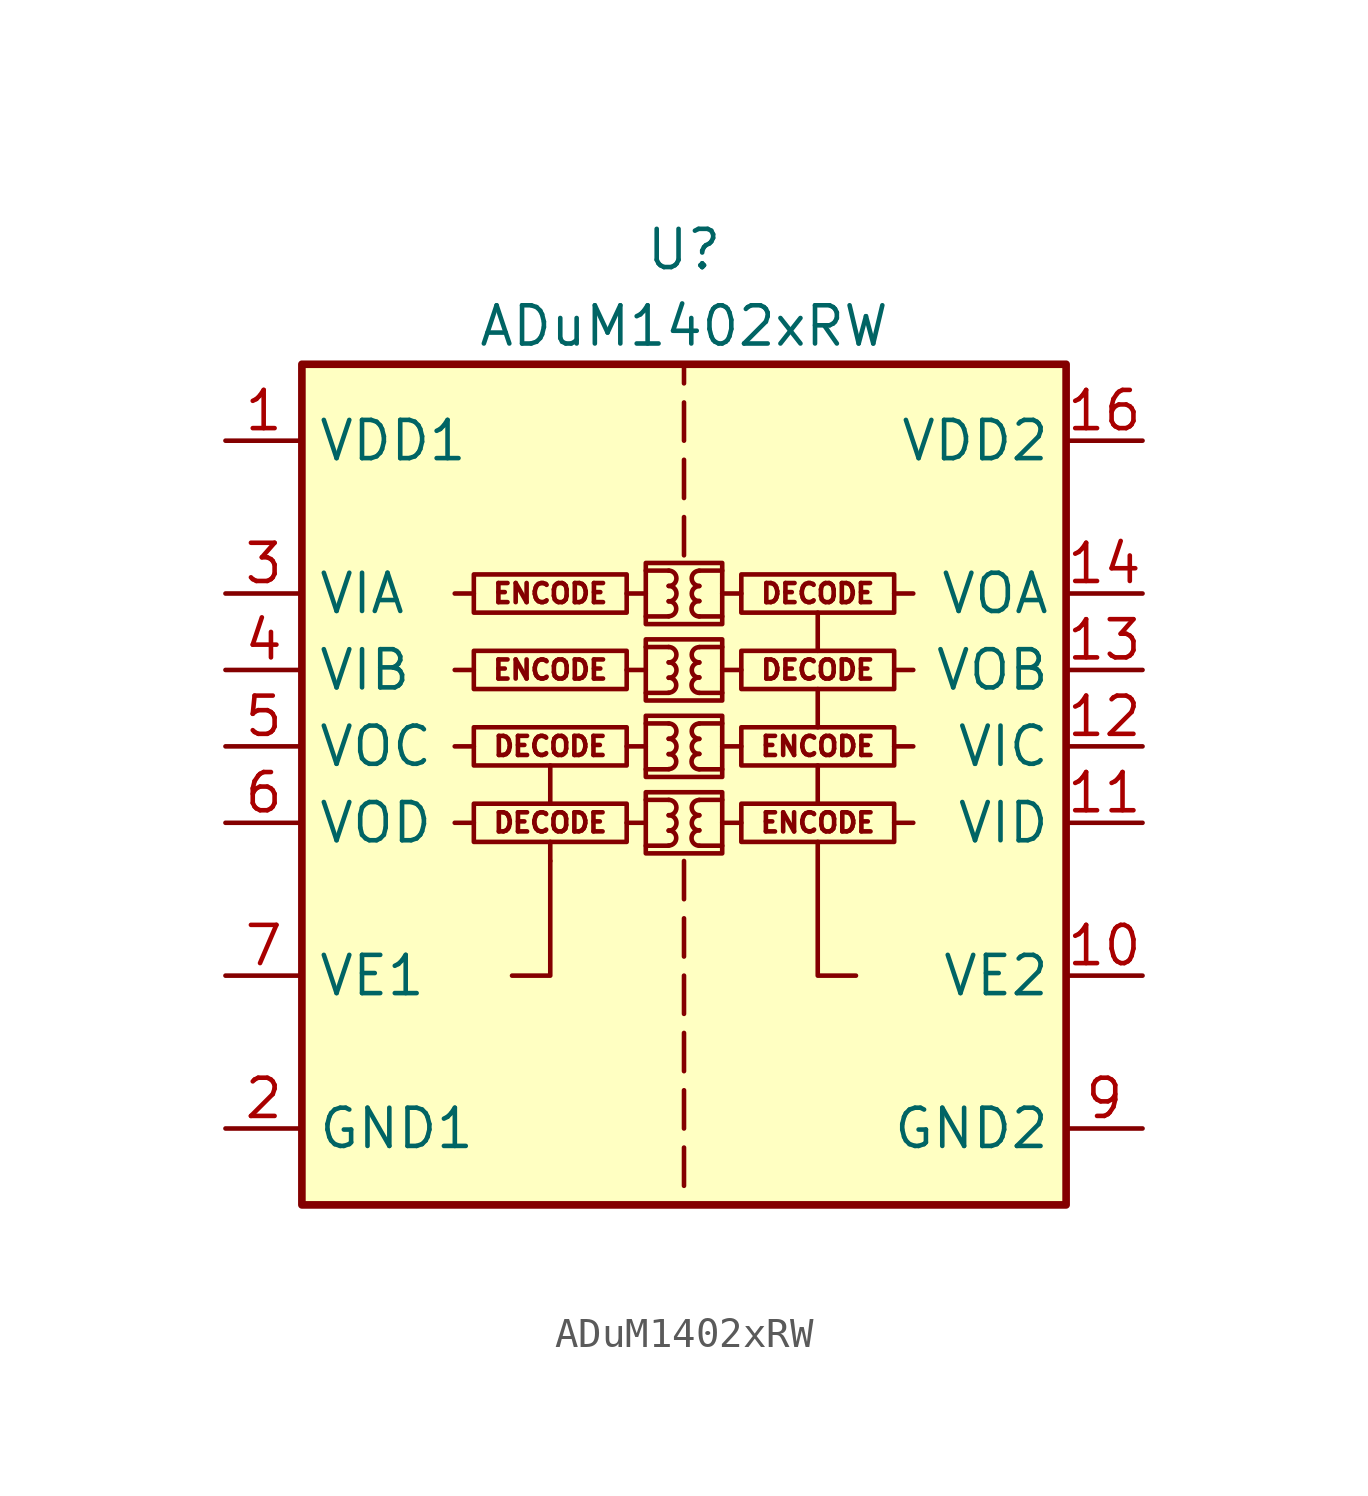
<source format=kicad_sym>
(kicad_symbol_lib
  (version 20201005)
  (generator kicad_symbol_editor)
  (symbol "Isolator_Digital:ADuM1402xRW"
    (property "Reference" "U"
      (at 0 19.05 0)
      (effects (font (size 1.27 1.27))))
    (property "Value" "ADuM1402xRW"
      (at 0 16.51 0)
      (effects (font (size 1.27 1.27))))
    (symbol "ADuM1402xRW_0_0"
      (arc (start -0.508 -0.762) (end -0.508 -0.254) (radius (at -0.508 -0.508) (length 0.254) (angles -89.9 89.9)) (stroke (width 0)) (fill (type none)))
      (arc (start -0.508 -0.254) (end -0.508 0.254) (radius (at -0.508 0) (length 0.254) (angles -89.9 89.9)) (stroke (width 0)) (fill (type none)))
      (arc (start -0.508 0.254) (end -0.508 0.762) (radius (at -0.508 0.508) (length 0.254) (angles -89.9 89.9)) (stroke (width 0)) (fill (type none)))
      (arc (start -0.508 1.778) (end -0.508 2.286) (radius (at -0.508 2.032) (length 0.254) (angles -89.9 89.9)) (stroke (width 0)) (fill (type none)))
      (arc (start -0.508 2.286) (end -0.508 2.794) (radius (at -0.508 2.54) (length 0.254) (angles -89.9 89.9)) (stroke (width 0)) (fill (type none)))
      (arc (start -0.508 2.794) (end -0.508 3.302) (radius (at -0.508 3.048) (length 0.254) (angles -89.9 89.9)) (stroke (width 0)) (fill (type none)))
      (arc (start -0.508 4.318) (end -0.508 4.826) (radius (at -0.508 4.572) (length 0.254) (angles -89.9 89.9)) (stroke (width 0)) (fill (type none)))
      (arc (start -0.508 4.826) (end -0.508 5.334) (radius (at -0.508 5.08) (length 0.254) (angles -89.9 89.9)) (stroke (width 0)) (fill (type none)))
      (arc (start -0.508 5.334) (end -0.508 5.842) (radius (at -0.508 5.588) (length 0.254) (angles -89.9 89.9)) (stroke (width 0)) (fill (type none)))
      (arc (start -0.508 6.858) (end -0.508 7.366) (radius (at -0.508 7.112) (length 0.254) (angles -89.9 89.9)) (stroke (width 0)) (fill (type none)))
      (arc (start -0.508 7.366) (end -0.508 7.874) (radius (at -0.508 7.62) (length 0.254) (angles -89.9 89.9)) (stroke (width 0)) (fill (type none)))
      (arc (start -0.508 7.874) (end -0.508 8.382) (radius (at -0.508 8.128) (length 0.254) (angles -89.9 89.9)) (stroke (width 0)) (fill (type none)))
      (arc (start 0.508 -0.254) (end 0.508 -0.762) (radius (at 0.508 -0.508) (length 0.254) (angles 90.1 -90.1)) (stroke (width 0)) (fill (type none)))
      (arc (start 0.508 0.254) (end 0.508 -0.254) (radius (at 0.508 0) (length 0.254) (angles 90.1 -90.1)) (stroke (width 0)) (fill (type none)))
      (arc (start 0.508 0.762) (end 0.508 0.254) (radius (at 0.508 0.508) (length 0.254) (angles 90.1 -90.1)) (stroke (width 0)) (fill (type none)))
      (arc (start 0.508 2.286) (end 0.508 1.778) (radius (at 0.508 2.032) (length 0.254) (angles 90.1 -90.1)) (stroke (width 0)) (fill (type none)))
      (arc (start 0.508 2.794) (end 0.508 2.286) (radius (at 0.508 2.54) (length 0.254) (angles 90.1 -90.1)) (stroke (width 0)) (fill (type none)))
      (arc (start 0.508 3.302) (end 0.508 2.794) (radius (at 0.508 3.048) (length 0.254) (angles 90.1 -90.1)) (stroke (width 0)) (fill (type none)))
      (arc (start 0.508 4.826) (end 0.508 4.318) (radius (at 0.508 4.572) (length 0.254) (angles 90.1 -90.1)) (stroke (width 0)) (fill (type none)))
      (arc (start 0.508 5.334) (end 0.508 4.826) (radius (at 0.508 5.08) (length 0.254) (angles 90.1 -90.1)) (stroke (width 0)) (fill (type none)))
      (arc (start 0.508 5.842) (end 0.508 5.334) (radius (at 0.508 5.588) (length 0.254) (angles 90.1 -90.1)) (stroke (width 0)) (fill (type none)))
      (arc (start 0.508 7.366) (end 0.508 6.858) (radius (at 0.508 7.112) (length 0.254) (angles 90.1 -90.1)) (stroke (width 0)) (fill (type none)))
      (arc (start 0.508 7.874) (end 0.508 7.366) (radius (at 0.508 7.62) (length 0.254) (angles 90.1 -90.1)) (stroke (width 0)) (fill (type none)))
      (arc (start 0.508 8.382) (end 0.508 7.874) (radius (at 0.508 8.128) (length 0.254) (angles 90.1 -90.1)) (stroke (width 0)) (fill (type none)))
      (text "DECODE" (at -4.445 0 0) (effects (font (size 0.635 0.635))))
      (text "DECODE" (at -4.445 2.54 0) (effects (font (size 0.635 0.635))))
      (text "DECODE" (at 4.445 5.08 0) (effects (font (size 0.635 0.635))))
      (text "DECODE" (at 4.445 7.62 0) (effects (font (size 0.635 0.635))))
      (text "ENCODE" (at -4.445 5.08 0) (effects (font (size 0.635 0.635))))
      (text "ENCODE" (at -4.445 7.62 0) (effects (font (size 0.635 0.635))))
      (text "ENCODE" (at 4.445 0 0) (effects (font (size 0.635 0.635))))
      (text "ENCODE" (at 4.445 2.54 0) (effects (font (size 0.635 0.635))))
      (rectangle (start -1.905 0.635) (end -6.985 -0.635) (stroke (width 0)) (fill (type none)))
      (rectangle (start -1.27 1.016) (end 1.27 -1.016) (stroke (width 0)) (fill (type none)))
      (rectangle (start -1.27 3.556) (end 1.27 1.524) (stroke (width 0)) (fill (type none)))
      (rectangle (start -1.27 6.096) (end 1.27 4.064) (stroke (width 0)) (fill (type none)))
      (rectangle (start -1.27 8.636) (end 1.27 6.604) (stroke (width 0)) (fill (type none)))
      (rectangle (start 1.905 0.635) (end 6.985 -0.635) (stroke (width 0)) (fill (type none)))
      (rectangle (start 1.905 3.175) (end 6.985 1.905) (stroke (width 0)) (fill (type none)))
      (rectangle (start 1.905 5.715) (end 6.985 4.445) (stroke (width 0)) (fill (type none)))
      (rectangle (start 1.905 8.255) (end 6.985 6.985) (stroke (width 0)) (fill (type none)))
      (polyline (pts (xy -6.985 0) (xy -7.62 0)) (stroke (width 0)) (fill (type none)))
      (polyline (pts (xy -6.985 2.54) (xy -7.62 2.54)) (stroke (width 0)) (fill (type none)))
      (polyline (pts (xy -6.985 5.08) (xy -7.62 5.08)) (stroke (width 0)) (fill (type none)))
      (polyline (pts (xy -6.985 7.62) (xy -7.62 7.62)) (stroke (width 0)) (fill (type none)))
      (polyline (pts (xy -4.445 -1.27) (xy -4.445 -0.635)) (stroke (width 0)) (fill (type none)))
      (polyline (pts (xy -4.445 0.635) (xy -4.445 1.905)) (stroke (width 0)) (fill (type none)))
      (polyline (pts (xy -1.905 0) (xy -1.27 0)) (stroke (width 0)) (fill (type none)))
      (polyline (pts (xy -1.905 2.54) (xy -1.27 2.54)) (stroke (width 0)) (fill (type none)))
      (polyline (pts (xy -1.905 5.08) (xy -1.27 5.08)) (stroke (width 0)) (fill (type none)))
      (polyline (pts (xy -1.905 7.62) (xy -1.27 7.62)) (stroke (width 0)) (fill (type none)))
      (polyline (pts (xy -1.27 -0.762) (xy -0.508 -0.762)) (stroke (width 0)) (fill (type none)))
      (polyline (pts (xy -1.27 0.762) (xy -0.508 0.762)) (stroke (width 0)) (fill (type none)))
      (polyline (pts (xy -1.27 1.778) (xy -0.508 1.778)) (stroke (width 0)) (fill (type none)))
      (polyline (pts (xy -1.27 3.302) (xy -0.508 3.302)) (stroke (width 0)) (fill (type none)))
      (polyline (pts (xy -1.27 4.318) (xy -0.508 4.318)) (stroke (width 0)) (fill (type none)))
      (polyline (pts (xy -1.27 5.842) (xy -0.508 5.842)) (stroke (width 0)) (fill (type none)))
      (polyline (pts (xy -1.27 6.858) (xy -0.508 6.858)) (stroke (width 0)) (fill (type none)))
      (polyline (pts (xy -1.27 8.382) (xy -0.508 8.382)) (stroke (width 0)) (fill (type none)))
      (polyline (pts (xy 0 -10.795) (xy 0 -12.065)) (stroke (width 0)) (fill (type none)))
      (polyline (pts (xy 0 -8.89) (xy 0 -10.16)) (stroke (width 0)) (fill (type none)))
      (polyline (pts (xy 0 -6.985) (xy 0 -8.255)) (stroke (width 0)) (fill (type none)))
      (polyline (pts (xy 0 -5.08) (xy 0 -6.35)) (stroke (width 0)) (fill (type none)))
      (polyline (pts (xy 0 -3.175) (xy 0 -4.445)) (stroke (width 0)) (fill (type none)))
      (polyline (pts (xy 0 -1.27) (xy 0 -2.54)) (stroke (width 0)) (fill (type none)))
      (polyline (pts (xy 0 8.89) (xy 0 10.16)) (stroke (width 0)) (fill (type none)))
      (polyline (pts (xy 0 10.795) (xy 0 12.065)) (stroke (width 0)) (fill (type none)))
      (polyline (pts (xy 0 12.7) (xy 0 13.97)) (stroke (width 0)) (fill (type none)))
      (polyline (pts (xy 0 15.24) (xy 0 14.605)) (stroke (width 0)) (fill (type none)))
      (polyline (pts (xy 1.27 -0.762) (xy 0.508 -0.762)) (stroke (width 0)) (fill (type none)))
      (polyline (pts (xy 1.27 0.762) (xy 0.508 0.762)) (stroke (width 0)) (fill (type none)))
      (polyline (pts (xy 1.27 1.778) (xy 0.508 1.778)) (stroke (width 0)) (fill (type none)))
      (polyline (pts (xy 1.27 3.302) (xy 0.508 3.302)) (stroke (width 0)) (fill (type none)))
      (polyline (pts (xy 1.27 4.318) (xy 0.508 4.318)) (stroke (width 0)) (fill (type none)))
      (polyline (pts (xy 1.27 5.842) (xy 0.508 5.842)) (stroke (width 0)) (fill (type none)))
      (polyline (pts (xy 1.27 6.858) (xy 0.508 6.858)) (stroke (width 0)) (fill (type none)))
      (polyline (pts (xy 1.27 8.382) (xy 0.508 8.382)) (stroke (width 0)) (fill (type none)))
      (polyline (pts (xy 1.905 0) (xy 1.27 0)) (stroke (width 0)) (fill (type none)))
      (polyline (pts (xy 1.905 2.54) (xy 1.27 2.54)) (stroke (width 0)) (fill (type none)))
      (polyline (pts (xy 1.905 5.08) (xy 1.27 5.08)) (stroke (width 0)) (fill (type none)))
      (polyline (pts (xy 1.905 7.62) (xy 1.27 7.62)) (stroke (width 0)) (fill (type none)))
      (polyline (pts (xy 4.445 0.635) (xy 4.445 1.905)) (stroke (width 0)) (fill (type none)))
      (polyline (pts (xy 4.445 3.175) (xy 4.445 4.445)) (stroke (width 0)) (fill (type none)))
      (polyline (pts (xy 4.445 5.715) (xy 4.445 6.985)) (stroke (width 0)) (fill (type none)))
      (polyline (pts (xy 6.985 0) (xy 7.62 0)) (stroke (width 0)) (fill (type none)))
      (polyline (pts (xy 6.985 2.54) (xy 7.62 2.54)) (stroke (width 0)) (fill (type none)))
      (polyline (pts (xy 6.985 5.08) (xy 7.62 5.08)) (stroke (width 0)) (fill (type none)))
      (polyline (pts (xy 6.985 7.62) (xy 7.62 7.62)) (stroke (width 0)) (fill (type none)))
      (polyline (pts (xy -4.445 -1.27) (xy -4.445 -5.08) (xy -5.715 -5.08)) (stroke (width 0)) (fill (type none)))
      (polyline (pts (xy 5.715 -5.08) (xy 4.445 -5.08) (xy 4.445 -0.635)) (stroke (width 0)) (fill (type none))))
    (symbol "ADuM1402xRW_0_1"
      (rectangle (start -1.905 3.175) (end -6.985 1.905) (stroke (width 0)) (fill (type none)))
      (rectangle (start -1.905 5.715) (end -6.985 4.445) (stroke (width 0)) (fill (type none)))
      (rectangle (start -1.905 8.255) (end -6.985 6.985) (stroke (width 0)) (fill (type none)))
      (rectangle (start -12.7 15.24) (end 12.7 -12.7) (stroke (width 0.254)) (fill (type background))))
    (symbol "ADuM1402xRW_1_1"
      (pin power_in line (at -15.24 12.7 0) (length 2.54) (name "VDD1" (effects (font (size 1.27 1.27)))) (number "1" (effects (font (size 1.27 1.27)))))
      (pin input line (at 15.24 -5.08 180) (length 2.54) (name "VE2" (effects (font (size 1.27 1.27)))) (number "10" (effects (font (size 1.27 1.27)))))
      (pin input line (at 15.24 0 180) (length 2.54) (name "VID" (effects (font (size 1.27 1.27)))) (number "11" (effects (font (size 1.27 1.27)))))
      (pin input line (at 15.24 2.54 180) (length 2.54) (name "VIC" (effects (font (size 1.27 1.27)))) (number "12" (effects (font (size 1.27 1.27)))))
      (pin output line (at 15.24 5.08 180) (length 2.54) (name "VOB" (effects (font (size 1.27 1.27)))) (number "13" (effects (font (size 1.27 1.27)))))
      (pin output line (at 15.24 7.62 180) (length 2.54) (name "VOA" (effects (font (size 1.27 1.27)))) (number "14" (effects (font (size 1.27 1.27)))))
      (pin passive line (at 15.24 -10.16 180) (length 2.54) hide (name "GND2" (effects (font (size 1.27 1.27)))) (number "15" (effects (font (size 1.27 1.27)))))
      (pin power_in line (at 15.24 12.7 180) (length 2.54) (name "VDD2" (effects (font (size 1.27 1.27)))) (number "16" (effects (font (size 1.27 1.27)))))
      (pin power_in line (at -15.24 -10.16 0) (length 2.54) (name "GND1" (effects (font (size 1.27 1.27)))) (number "2" (effects (font (size 1.27 1.27)))))
      (pin input line (at -15.24 7.62 0) (length 2.54) (name "VIA" (effects (font (size 1.27 1.27)))) (number "3" (effects (font (size 1.27 1.27)))))
      (pin input line (at -15.24 5.08 0) (length 2.54) (name "VIB" (effects (font (size 1.27 1.27)))) (number "4" (effects (font (size 1.27 1.27)))))
      (pin output line (at -15.24 2.54 0) (length 2.54) (name "VOC" (effects (font (size 1.27 1.27)))) (number "5" (effects (font (size 1.27 1.27)))))
      (pin output line (at -15.24 0 0) (length 2.54) (name "VOD" (effects (font (size 1.27 1.27)))) (number "6" (effects (font (size 1.27 1.27)))))
      (pin input line (at -15.24 -5.08 0) (length 2.54) (name "VE1" (effects (font (size 1.27 1.27)))) (number "7" (effects (font (size 1.27 1.27)))))
      (pin passive line (at -15.24 -10.16 0) (length 2.54) hide (name "GND1" (effects (font (size 1.27 1.27)))) (number "8" (effects (font (size 1.27 1.27)))))
      (pin power_in line (at 15.24 -10.16 180) (length 2.54) (name "GND2" (effects (font (size 1.27 1.27)))) (number "9" (effects (font (size 1.27 1.27))))))))
</source>
